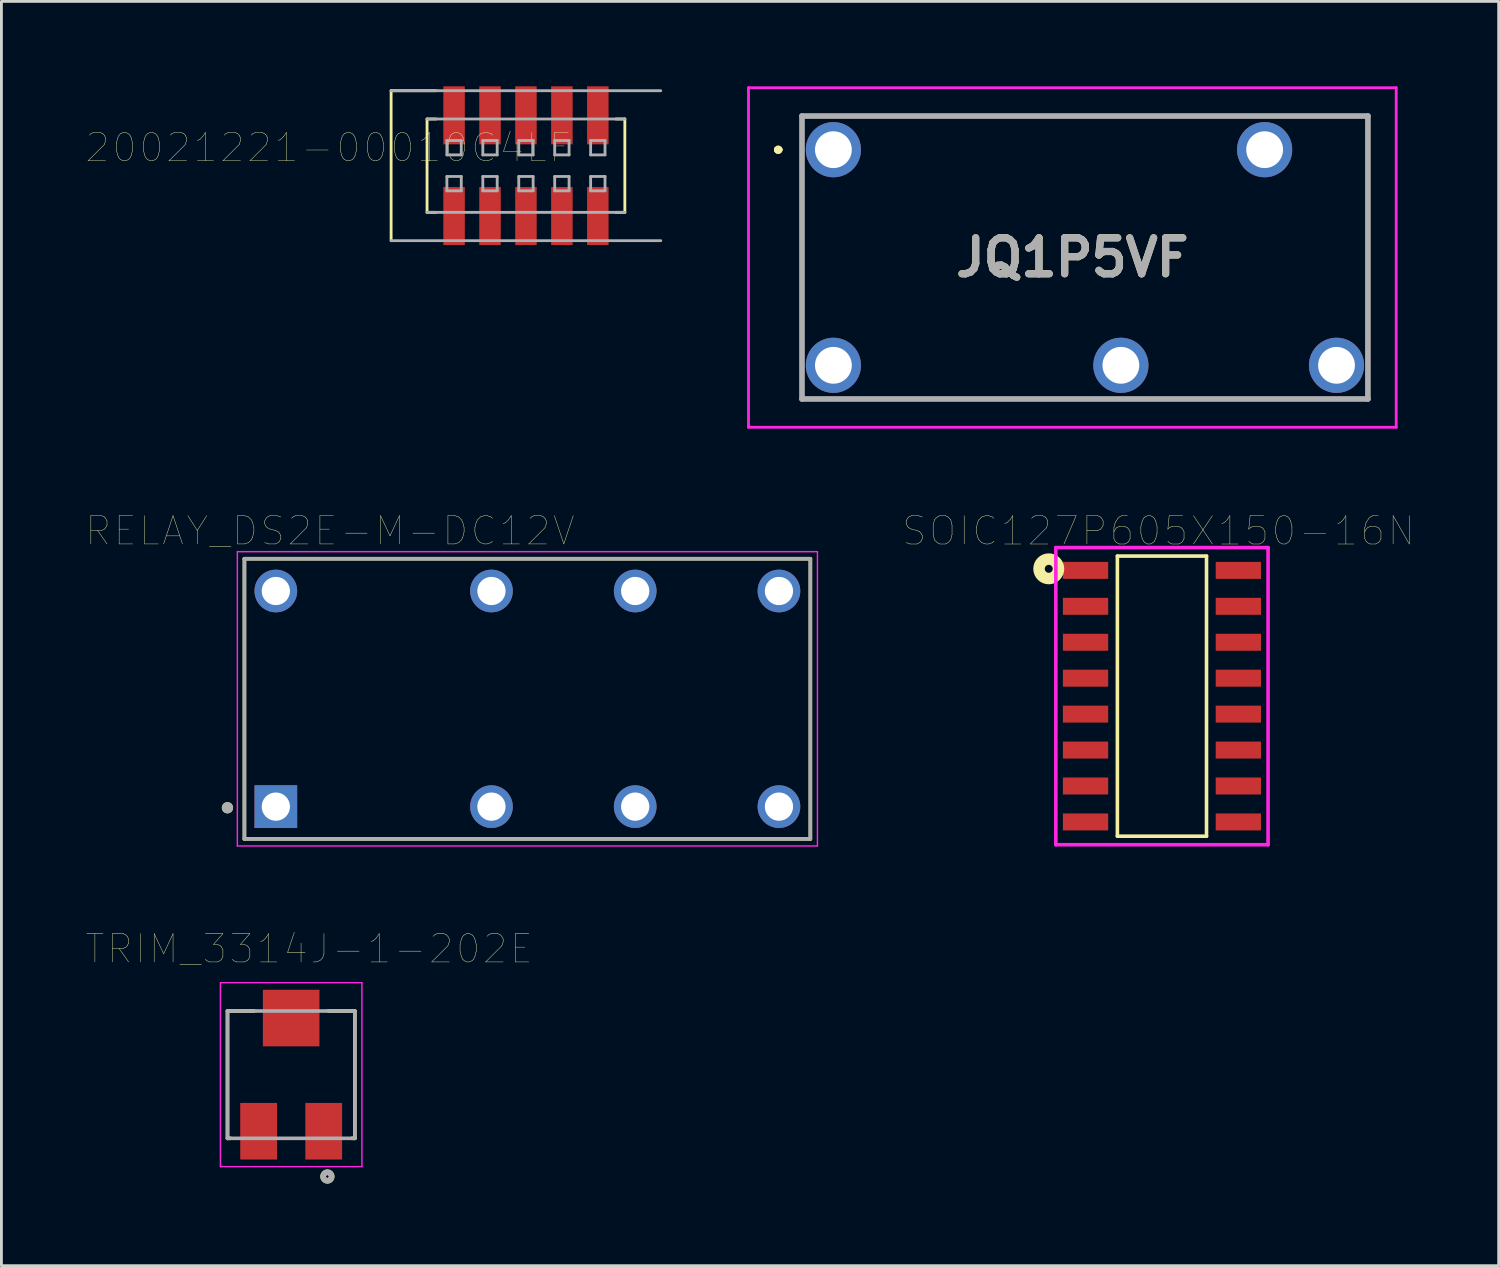
<source format=kicad_pcb>
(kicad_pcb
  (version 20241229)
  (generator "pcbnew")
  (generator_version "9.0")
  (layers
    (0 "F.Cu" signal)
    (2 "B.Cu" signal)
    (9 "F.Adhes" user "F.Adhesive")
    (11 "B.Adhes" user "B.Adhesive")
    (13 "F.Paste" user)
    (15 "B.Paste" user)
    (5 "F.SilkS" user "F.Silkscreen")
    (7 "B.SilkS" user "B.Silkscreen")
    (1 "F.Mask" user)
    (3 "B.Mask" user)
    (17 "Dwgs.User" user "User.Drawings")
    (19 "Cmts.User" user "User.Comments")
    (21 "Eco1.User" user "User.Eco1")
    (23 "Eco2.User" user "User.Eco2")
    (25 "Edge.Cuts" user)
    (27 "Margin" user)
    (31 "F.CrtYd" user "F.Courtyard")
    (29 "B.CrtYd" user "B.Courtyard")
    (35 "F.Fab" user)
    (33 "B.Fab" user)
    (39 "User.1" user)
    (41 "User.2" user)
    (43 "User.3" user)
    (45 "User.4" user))
  (footprint "SOIC127P605X150-16N"
    (layer "F.Cu")
    (at 38.013 21.552)
    (property "Reference" "SOIC127P605X150-16N" (at -0.125 -5.84 0) (layer "F.SilkS") (effects (font (size 1.001 1.001) (thickness 0.015))))
    (attr through_hole)
    (fp_line (start -1.575 -4.95) (end -1.575 4.95) (stroke (width 0.127) (type solid)) (layer "F.SilkS"))
    (fp_line (start -1.575 4.95) (end 1.575 4.95) (stroke (width 0.127) (type solid)) (layer "F.SilkS"))
    (fp_line (start 1.575 -4.95) (end -1.575 -4.95) (stroke (width 0.127) (type solid)) (layer "F.SilkS"))
    (fp_line (start 1.575 4.95) (end 1.575 -4.95) (stroke (width 0.127) (type solid)) (layer "F.SilkS"))
    (fp_circle (center -4 -4.5) (end -3.859 -4.5) (stroke (width 0.406) (type solid)) (fill no) (layer "F.SilkS"))
    (fp_line (start -3.75 -5.25) (end 3.75 -5.25) (stroke (width 0.127) (type solid)) (layer "F.CrtYd"))
    (fp_line (start -3.75 5.25) (end -3.75 -5.25) (stroke (width 0.127) (type solid)) (layer "F.CrtYd"))
    (fp_line (start 3.75 -5.25) (end 3.75 5.25) (stroke (width 0.127) (type solid)) (layer "F.CrtYd"))
    (fp_line (start 3.75 5.25) (end -3.75 5.25) (stroke (width 0.127) (type solid)) (layer "F.CrtYd"))
    (pad "1" smd rect (at -2.7 -4.445) (size 1.6 0.6) (layers "F.Cu" "F.Mask" "F.Paste"))
    (pad "2" smd rect (at -2.7 -3.175) (size 1.6 0.6) (layers "F.Cu" "F.Mask" "F.Paste"))
    (pad "3" smd rect (at -2.7 -1.905) (size 1.6 0.6) (layers "F.Cu" "F.Mask" "F.Paste"))
    (pad "4" smd rect (at -2.7 -0.635) (size 1.6 0.6) (layers "F.Cu" "F.Mask" "F.Paste"))
    (pad "5" smd rect (at -2.7 0.635) (size 1.6 0.6) (layers "F.Cu" "F.Mask" "F.Paste"))
    (pad "6" smd rect (at -2.7 1.905) (size 1.6 0.6) (layers "F.Cu" "F.Mask" "F.Paste"))
    (pad "7" smd rect (at -2.7 3.175) (size 1.6 0.6) (layers "F.Cu" "F.Mask" "F.Paste"))
    (pad "8" smd rect (at -2.7 4.445) (size 1.6 0.6) (layers "F.Cu" "F.Mask" "F.Paste"))
    (pad "9" smd rect (at 2.7 4.445) (size 1.6 0.6) (layers "F.Cu" "F.Mask" "F.Paste"))
    (pad "10" smd rect (at 2.7 3.175) (size 1.6 0.6) (layers "F.Cu" "F.Mask" "F.Paste"))
    (pad "11" smd rect (at 2.7 1.905) (size 1.6 0.6) (layers "F.Cu" "F.Mask" "F.Paste"))
    (pad "12" smd rect (at 2.7 0.635) (size 1.6 0.6) (layers "F.Cu" "F.Mask" "F.Paste"))
    (pad "13" smd rect (at 2.7 -0.635) (size 1.6 0.6) (layers "F.Cu" "F.Mask" "F.Paste"))
    (pad "14" smd rect (at 2.7 -1.905) (size 1.6 0.6) (layers "F.Cu" "F.Mask" "F.Paste"))
    (pad "15" smd rect (at 2.7 -3.175) (size 1.6 0.6) (layers "F.Cu" "F.Mask" "F.Paste"))
    (pad "16" smd rect (at 2.7 -4.445) (size 1.6 0.6) (layers "F.Cu" "F.Mask" "F.Paste")))
  (footprint "TRIM_3314J-1-202E"
    (layer "F.Cu")
    (at 7.24 34.928)
    (property "Reference" "TRIM_3314J-1-202E" (at 0.635 -4.445 0) (layer "F.SilkS") (effects (font (size 1 1) (thickness 0.015))))
    (attr through_hole)
    (fp_line (start -2.25 -2.25) (end -2.25 2.25) (stroke (width 0.127) (type solid)) (layer "F.SilkS"))
    (fp_line (start -2.25 2.25) (end -2.15 2.25) (stroke (width 0.127) (type solid)) (layer "F.SilkS"))
    (fp_line (start -1.315 -2.25) (end -2.25 -2.25) (stroke (width 0.127) (type solid)) (layer "F.SilkS"))
    (fp_line (start 2.15 2.25) (end 2.25 2.25) (stroke (width 0.127) (type solid)) (layer "F.SilkS"))
    (fp_line (start 2.25 -2.25) (end 1.315 -2.25) (stroke (width 0.127) (type solid)) (layer "F.SilkS"))
    (fp_line (start 2.25 2.25) (end 2.25 -2.25) (stroke (width 0.127) (type solid)) (layer "F.SilkS"))
    (fp_circle (center 1.28 3.6) (end 1.33 3.6) (stroke (width 0.2) (type solid)) (fill no) (layer "F.SilkS"))
    (fp_line (start -2.5 -3.25) (end 2.5 -3.25) (stroke (width 0.05) (type solid)) (layer "F.CrtYd"))
    (fp_line (start -2.5 3.25) (end -2.5 -3.25) (stroke (width 0.05) (type solid)) (layer "F.CrtYd"))
    (fp_line (start 2.5 -3.25) (end 2.5 3.25) (stroke (width 0.05) (type solid)) (layer "F.CrtYd"))
    (fp_line (start 2.5 3.25) (end -2.5 3.25) (stroke (width 0.05) (type solid)) (layer "F.CrtYd"))
    (fp_line (start -2.25 -2.25) (end 2.25 -2.25) (stroke (width 0.127) (type solid)) (layer "F.Fab"))
    (fp_line (start -2.25 2.25) (end -2.25 -2.25) (stroke (width 0.127) (type solid)) (layer "F.Fab"))
    (fp_line (start 2.25 -2.25) (end 2.25 2.25) (stroke (width 0.127) (type solid)) (layer "F.Fab"))
    (fp_line (start 2.25 2.25) (end -2.25 2.25) (stroke (width 0.127) (type solid)) (layer "F.Fab"))
    (fp_circle (center 1.28 3.6) (end 1.33 3.6) (stroke (width 0.2) (type solid)) (fill no) (layer "F.Fab"))
    (pad "1" smd rect (at 1.15 2) (size 1.3 2) (layers "F.Cu" "F.Mask" "F.Paste"))
    (pad "2" smd rect (at 0 -2) (size 2 2) (layers "F.Cu" "F.Mask" "F.Paste"))
    (pad "3" smd rect (at -1.15 2) (size 1.3 2) (layers "F.Cu" "F.Mask" "F.Paste")))
  (footprint "RELAY_DS2E-M-DC12V"
    (layer "F.Cu")
    (at 15.588 21.646)
    (property "Reference" "RELAY_DS2E-M-DC12V" (at -6.975 -5.935 0) (layer "F.SilkS") (effects (font (size 1 1) (thickness 0.015))))
    (attr through_hole)
    (fp_line (start -10 -4.95) (end 10 -4.95) (stroke (width 0.127) (type solid)) (layer "F.SilkS"))
    (fp_line (start -10 4.95) (end -10 -4.95) (stroke (width 0.127) (type solid)) (layer "F.SilkS"))
    (fp_line (start 10 -4.95) (end 10 4.95) (stroke (width 0.127) (type solid)) (layer "F.SilkS"))
    (fp_line (start 10 4.95) (end -10 4.95) (stroke (width 0.127) (type solid)) (layer "F.SilkS"))
    (fp_circle (center -10.6 3.85) (end -10.5 3.85) (stroke (width 0.2) (type solid)) (fill no) (layer "F.SilkS"))
    (fp_line (start -10.25 -5.2) (end 10.25 -5.2) (stroke (width 0.05) (type solid)) (layer "F.CrtYd"))
    (fp_line (start -10.25 5.2) (end -10.25 -5.2) (stroke (width 0.05) (type solid)) (layer "F.CrtYd"))
    (fp_line (start 10.25 -5.2) (end 10.25 5.2) (stroke (width 0.05) (type solid)) (layer "F.CrtYd"))
    (fp_line (start 10.25 5.2) (end -10.25 5.2) (stroke (width 0.05) (type solid)) (layer "F.CrtYd"))
    (fp_line (start -10 -4.95) (end -10 4.95) (stroke (width 0.127) (type solid)) (layer "F.Fab"))
    (fp_line (start -10 4.95) (end 10 4.95) (stroke (width 0.127) (type solid)) (layer "F.Fab"))
    (fp_line (start 10 -4.95) (end -10 -4.95) (stroke (width 0.127) (type solid)) (layer "F.Fab"))
    (fp_line (start 10 4.95) (end 10 -4.95) (stroke (width 0.127) (type solid)) (layer "F.Fab"))
    (fp_circle (center -10.6 3.85) (end -10.5 3.85) (stroke (width 0.2) (type solid)) (fill no) (layer "F.Fab"))
    (pad "1" thru_hole rect (at -8.89 3.81) (size 1.508 1.508) (drill 1) (layers "*.Cu" "*.Mask"))
    (pad "4" thru_hole circle (at -1.27 3.81) (size 1.508 1.508) (drill 1) (layers "*.Cu" "*.Mask"))
    (pad "6" thru_hole circle (at 3.81 3.81) (size 1.508 1.508) (drill 1) (layers "*.Cu" "*.Mask"))
    (pad "8" thru_hole circle (at 8.89 3.81) (size 1.508 1.508) (drill 1) (layers "*.Cu" "*.Mask"))
    (pad "9" thru_hole circle (at 8.89 -3.81) (size 1.508 1.508) (drill 1) (layers "*.Cu" "*.Mask"))
    (pad "11" thru_hole circle (at 3.81 -3.81) (size 1.508 1.508) (drill 1) (layers "*.Cu" "*.Mask"))
    (pad "13" thru_hole circle (at -1.27 -3.81) (size 1.508 1.508) (drill 1) (layers "*.Cu" "*.Mask"))
    (pad "16" thru_hole circle (at -8.89 -3.81) (size 1.508 1.508) (drill 1) (layers "*.Cu" "*.Mask")))
  (footprint "JQ1P5VF"
    (layer "F.Cu")
    (at 26.402 2.24)
    (property "Reference" "JQ1P5VF" (at 8.445 3.81 0) (layer "F.SilkS") (effects (font (size 1.27 1.27) (thickness 0.254))))
    (attr through_hole)
    (fp_line (start -2 0) (end -2 0) (stroke (width 0.2) (type solid)) (layer "F.SilkS"))
    (fp_line (start -2 0) (end -2 0) (stroke (width 0.2) (type solid)) (layer "F.SilkS"))
    (fp_line (start -1.9 0) (end -1.9 0) (stroke (width 0.2) (type solid)) (layer "F.SilkS"))
    (fp_line (start -1.11 -1.19) (end -1.11 8.81) (stroke (width 0.1) (type solid)) (layer "F.SilkS"))
    (fp_line (start -1.11 8.81) (end 18.89 8.81) (stroke (width 0.1) (type solid)) (layer "F.SilkS"))
    (fp_line (start 18.89 -1.19) (end -1.11 -1.19) (stroke (width 0.1) (type solid)) (layer "F.SilkS"))
    (fp_line (start 18.89 8.81) (end 18.89 -1.19) (stroke (width 0.1) (type solid)) (layer "F.SilkS"))
    (fp_arc (start -2 0) (mid -1.95 -0.05) (end -1.9 0) (stroke (width 0.2) (type solid)) (layer "F.SilkS"))
    (fp_arc (start -1.9 0) (mid -1.95 0.05) (end -2 0) (stroke (width 0.2) (type solid)) (layer "F.SilkS"))
    (fp_arc (start -1.9 0) (mid -1.95 0.05) (end -2 0) (stroke (width 0.2) (type solid)) (layer "F.SilkS"))
    (fp_line (start -3 -2.19) (end -3 9.81) (stroke (width 0.1) (type solid)) (layer "F.CrtYd"))
    (fp_line (start -3 9.81) (end 19.89 9.81) (stroke (width 0.1) (type solid)) (layer "F.CrtYd"))
    (fp_line (start 19.89 -2.19) (end -3 -2.19) (stroke (width 0.1) (type solid)) (layer "F.CrtYd"))
    (fp_line (start 19.89 9.81) (end 19.89 -2.19) (stroke (width 0.1) (type solid)) (layer "F.CrtYd"))
    (fp_line (start -1.11 -1.19) (end 18.89 -1.19) (stroke (width 0.2) (type solid)) (layer "F.Fab"))
    (fp_line (start -1.11 8.81) (end -1.11 -1.19) (stroke (width 0.2) (type solid)) (layer "F.Fab"))
    (fp_line (start 18.89 -1.19) (end 18.89 8.81) (stroke (width 0.2) (type solid)) (layer "F.Fab"))
    (fp_line (start 18.89 8.81) (end -1.11 8.81) (stroke (width 0.2) (type solid)) (layer "F.Fab"))
    (fp_text user "${REFERENCE}" (at 8.445 3.81 0) (layer "F.Fab") (effects (font (size 1.27 1.27) (thickness 0.254))))
    (pad "1" thru_hole circle (at 0 0) (size 1.95 1.95) (drill 1.3) (layers "*.Cu" "*.Mask"))
    (pad "2" thru_hole circle (at 15.24 0) (size 1.95 1.95) (drill 1.3) (layers "*.Cu" "*.Mask"))
    (pad "3" thru_hole circle (at 17.78 7.62) (size 1.95 1.95) (drill 1.3) (layers "*.Cu" "*.Mask"))
    (pad "4" thru_hole circle (at 10.16 7.62) (size 1.95 1.95) (drill 1.3) (layers "*.Cu" "*.Mask"))
    (pad "5" thru_hole circle (at 0 7.62) (size 1.95 1.95) (drill 1.3) (layers "*.Cu" "*.Mask")))
  (footprint "20021221-00010C4LF"
    (layer "F.Cu")
    (at 15.537 2.805)
    (property "Reference" "20021221-00010C4LF" (at -6.99 -0.635 180) (layer "F.SilkS") (effects (font (size 1.001 1.001) (thickness 0.015))))
    (attr through_hole)
    (fp_line (start -4.765 -2.65) (end -4.765 2.65) (stroke (width 0.1) (type solid)) (layer "F.SilkS"))
    (fp_line (start -3.495 -1.65) (end -3.495 1.65) (stroke (width 0.1) (type solid)) (layer "F.SilkS"))
    (fp_line (start -3.495 1.65) (end -3.175 1.65) (stroke (width 0.1) (type solid)) (layer "F.SilkS"))
    (fp_line (start -3.175 -2.65) (end -4.765 -2.65) (stroke (width 0.1) (type solid)) (layer "F.SilkS"))
    (fp_line (start -3.175 -1.65) (end -3.495 -1.65) (stroke (width 0.1) (type solid)) (layer "F.SilkS"))
    (fp_line (start 3.175 1.65) (end 3.495 1.65) (stroke (width 0.1) (type solid)) (layer "F.SilkS"))
    (fp_line (start 3.495 -1.65) (end 3.175 -1.65) (stroke (width 0.1) (type solid)) (layer "F.SilkS"))
    (fp_line (start 3.495 1.65) (end 3.495 -1.65) (stroke (width 0.1) (type solid)) (layer "F.SilkS"))
    (fp_line (start -4.765 2.65) (end 4.765 2.65) (stroke (width 0.1) (type solid)) (layer "F.Fab"))
    (fp_line (start -3.495 1.65) (end 3.495 1.65) (stroke (width 0.1) (type solid)) (layer "F.Fab"))
    (fp_line (start -2.794 -0.889) (end -2.794 -0.381) (stroke (width 0.1) (type solid)) (layer "F.Fab"))
    (fp_line (start -2.794 -0.381) (end -2.286 -0.381) (stroke (width 0.1) (type solid)) (layer "F.Fab"))
    (fp_line (start -2.794 0.381) (end -2.794 0.889) (stroke (width 0.1) (type solid)) (layer "F.Fab"))
    (fp_line (start -2.794 0.889) (end -2.286 0.889) (stroke (width 0.1) (type solid)) (layer "F.Fab"))
    (fp_line (start -2.286 -0.889) (end -2.794 -0.889) (stroke (width 0.1) (type solid)) (layer "F.Fab"))
    (fp_line (start -2.286 -0.381) (end -2.286 -0.889) (stroke (width 0.1) (type solid)) (layer "F.Fab"))
    (fp_line (start -2.286 0.381) (end -2.794 0.381) (stroke (width 0.1) (type solid)) (layer "F.Fab"))
    (fp_line (start -2.286 0.889) (end -2.286 0.381) (stroke (width 0.1) (type solid)) (layer "F.Fab"))
    (fp_line (start -1.524 -0.889) (end -1.524 -0.381) (stroke (width 0.1) (type solid)) (layer "F.Fab"))
    (fp_line (start -1.524 -0.381) (end -1.016 -0.381) (stroke (width 0.1) (type solid)) (layer "F.Fab"))
    (fp_line (start -1.524 0.381) (end -1.524 0.889) (stroke (width 0.1) (type solid)) (layer "F.Fab"))
    (fp_line (start -1.524 0.889) (end -1.016 0.889) (stroke (width 0.1) (type solid)) (layer "F.Fab"))
    (fp_line (start -1.016 -0.889) (end -1.524 -0.889) (stroke (width 0.1) (type solid)) (layer "F.Fab"))
    (fp_line (start -1.016 -0.381) (end -1.016 -0.889) (stroke (width 0.1) (type solid)) (layer "F.Fab"))
    (fp_line (start -1.016 0.381) (end -1.524 0.381) (stroke (width 0.1) (type solid)) (layer "F.Fab"))
    (fp_line (start -1.016 0.889) (end -1.016 0.381) (stroke (width 0.1) (type solid)) (layer "F.Fab"))
    (fp_line (start -0.254 -0.889) (end -0.254 -0.381) (stroke (width 0.1) (type solid)) (layer "F.Fab"))
    (fp_line (start -0.254 -0.381) (end 0.254 -0.381) (stroke (width 0.1) (type solid)) (layer "F.Fab"))
    (fp_line (start -0.254 0.381) (end -0.254 0.889) (stroke (width 0.1) (type solid)) (layer "F.Fab"))
    (fp_line (start -0.254 0.889) (end 0.254 0.889) (stroke (width 0.1) (type solid)) (layer "F.Fab"))
    (fp_line (start 0.254 -0.889) (end -0.254 -0.889) (stroke (width 0.1) (type solid)) (layer "F.Fab"))
    (fp_line (start 0.254 -0.381) (end 0.254 -0.889) (stroke (width 0.1) (type solid)) (layer "F.Fab"))
    (fp_line (start 0.254 0.381) (end -0.254 0.381) (stroke (width 0.1) (type solid)) (layer "F.Fab"))
    (fp_line (start 0.254 0.889) (end 0.254 0.381) (stroke (width 0.1) (type solid)) (layer "F.Fab"))
    (fp_line (start 1.016 -0.889) (end 1.016 -0.381) (stroke (width 0.1) (type solid)) (layer "F.Fab"))
    (fp_line (start 1.016 -0.381) (end 1.524 -0.381) (stroke (width 0.1) (type solid)) (layer "F.Fab"))
    (fp_line (start 1.016 0.381) (end 1.016 0.889) (stroke (width 0.1) (type solid)) (layer "F.Fab"))
    (fp_line (start 1.016 0.889) (end 1.524 0.889) (stroke (width 0.1) (type solid)) (layer "F.Fab"))
    (fp_line (start 1.524 -0.889) (end 1.016 -0.889) (stroke (width 0.1) (type solid)) (layer "F.Fab"))
    (fp_line (start 1.524 -0.381) (end 1.524 -0.889) (stroke (width 0.1) (type solid)) (layer "F.Fab"))
    (fp_line (start 1.524 0.381) (end 1.016 0.381) (stroke (width 0.1) (type solid)) (layer "F.Fab"))
    (fp_line (start 1.524 0.889) (end 1.524 0.381) (stroke (width 0.1) (type solid)) (layer "F.Fab"))
    (fp_line (start 2.286 -0.889) (end 2.286 -0.381) (stroke (width 0.1) (type solid)) (layer "F.Fab"))
    (fp_line (start 2.286 -0.381) (end 2.794 -0.381) (stroke (width 0.1) (type solid)) (layer "F.Fab"))
    (fp_line (start 2.286 0.381) (end 2.286 0.889) (stroke (width 0.1) (type solid)) (layer "F.Fab"))
    (fp_line (start 2.286 0.889) (end 2.794 0.889) (stroke (width 0.1) (type solid)) (layer "F.Fab"))
    (fp_line (start 2.794 -0.889) (end 2.286 -0.889) (stroke (width 0.1) (type solid)) (layer "F.Fab"))
    (fp_line (start 2.794 -0.381) (end 2.794 -0.889) (stroke (width 0.1) (type solid)) (layer "F.Fab"))
    (fp_line (start 2.794 0.381) (end 2.286 0.381) (stroke (width 0.1) (type solid)) (layer "F.Fab"))
    (fp_line (start 2.794 0.889) (end 2.794 0.381) (stroke (width 0.1) (type solid)) (layer "F.Fab"))
    (fp_line (start 3.495 -1.65) (end -3.495 -1.65) (stroke (width 0.1) (type solid)) (layer "F.Fab"))
    (fp_line (start 4.765 -2.65) (end -4.765 -2.65) (stroke (width 0.1) (type solid)) (layer "F.Fab"))
    (pad "1" smd rect (at -2.54 1.78) (size 0.76 2.05) (layers "F.Cu" "F.Mask" "F.Paste"))
    (pad "2" smd rect (at -2.54 -1.78) (size 0.76 2.05) (layers "F.Cu" "F.Mask" "F.Paste"))
    (pad "3" smd rect (at -1.27 1.78) (size 0.76 2.05) (layers "F.Cu" "F.Mask" "F.Paste"))
    (pad "4" smd rect (at -1.27 -1.78) (size 0.76 2.05) (layers "F.Cu" "F.Mask" "F.Paste"))
    (pad "5" smd rect (at 0 1.78) (size 0.76 2.05) (layers "F.Cu" "F.Mask" "F.Paste"))
    (pad "6" smd rect (at 0 -1.78) (size 0.76 2.05) (layers "F.Cu" "F.Mask" "F.Paste"))
    (pad "7" smd rect (at 1.27 1.78) (size 0.76 2.05) (layers "F.Cu" "F.Mask" "F.Paste"))
    (pad "8" smd rect (at 1.27 -1.78) (size 0.76 2.05) (layers "F.Cu" "F.Mask" "F.Paste"))
    (pad "9" smd rect (at 2.54 1.78) (size 0.76 2.05) (layers "F.Cu" "F.Mask" "F.Paste"))
    (pad "10" smd rect (at 2.54 -1.78) (size 0.76 2.05) (layers "F.Cu" "F.Mask" "F.Paste")))
  (gr_rect
    (start -3 -3)
    (end 49.913 41.678)
    (stroke (width 0.1) (type default))
    (fill no)
    (layer "Edge.Cuts")))
</source>
